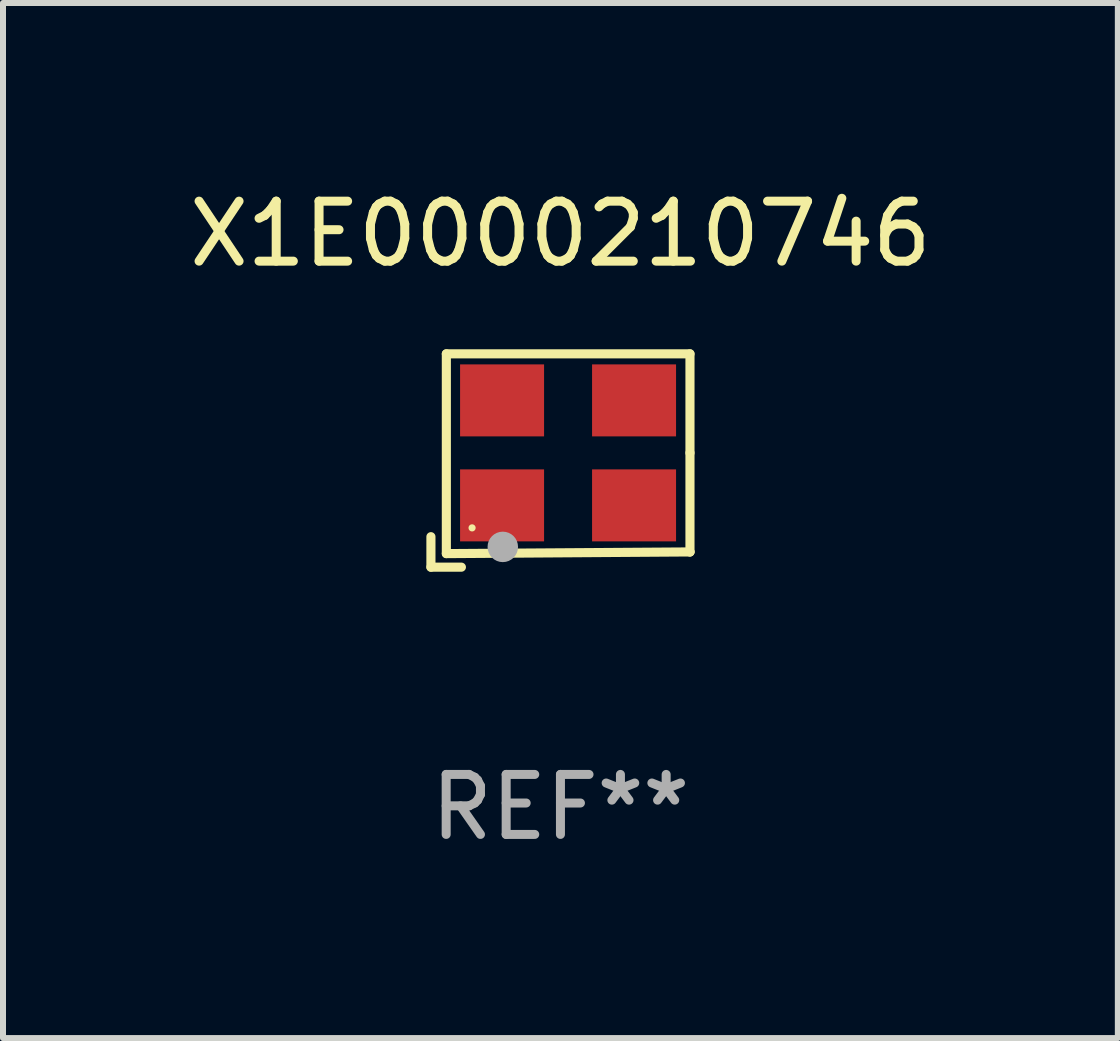
<source format=kicad_pcb>
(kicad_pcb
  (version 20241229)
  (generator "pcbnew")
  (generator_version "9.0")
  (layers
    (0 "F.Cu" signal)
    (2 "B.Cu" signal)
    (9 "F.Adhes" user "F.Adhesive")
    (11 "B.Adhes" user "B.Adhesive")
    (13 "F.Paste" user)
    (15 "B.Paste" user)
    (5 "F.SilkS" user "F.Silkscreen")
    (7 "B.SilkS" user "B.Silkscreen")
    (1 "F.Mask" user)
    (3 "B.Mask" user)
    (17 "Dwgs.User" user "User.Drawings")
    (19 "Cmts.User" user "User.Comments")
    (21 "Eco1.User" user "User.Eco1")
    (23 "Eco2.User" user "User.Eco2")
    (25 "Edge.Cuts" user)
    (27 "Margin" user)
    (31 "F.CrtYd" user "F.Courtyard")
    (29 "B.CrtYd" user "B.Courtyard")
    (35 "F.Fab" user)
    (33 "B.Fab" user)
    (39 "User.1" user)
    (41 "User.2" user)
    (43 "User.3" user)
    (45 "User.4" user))
  (footprint "X1E0000210746"
    (layer "F.Cu")
    (at 6.292 4.626)
    (property "Reference" "X1E0000210746" (at 0 -3.778 0) (layer "F.SilkS") (effects (font (size 1 1) (thickness 0.15))))
    (attr through_hole)
    (fp_line (start -2.159 1.27) (end -2.159 1.778) (stroke (width 0.152) (type solid)) (layer "F.SilkS"))
    (fp_line (start -2.159 1.778) (end -1.651 1.778) (stroke (width 0.152) (type solid)) (layer "F.SilkS"))
    (fp_line (start -1.902 -1.778) (end 2.159 -1.778) (stroke (width 0.152) (type solid)) (layer "F.SilkS"))
    (fp_line (start -1.902 1.552) (end -1.902 -1.778) (stroke (width 0.152) (type solid)) (layer "F.SilkS"))
    (fp_line (start 2.159 -1.778) (end 2.159 -0.127) (stroke (width 0.152) (type solid)) (layer "F.SilkS"))
    (fp_line (start 2.159 -0.127) (end 2.159 1.524) (stroke (width 0.152) (type solid)) (layer "F.SilkS"))
    (fp_line (start 2.159 1.524) (end -1.902 1.552) (stroke (width 0.152) (type solid)) (layer "F.SilkS"))
    (fp_line (start 2.159 1.524) (end 2.159 1.524) (stroke (width 0.152) (type solid)) (layer "F.SilkS"))
    (fp_circle (center -1.473 1.123) (end -1.443 1.123) (stroke (width 0.06) (type solid)) (fill no) (layer "F.SilkS"))
    (fp_circle (center -0.961 1.44) (end -0.834 1.44) (stroke (width 0.254) (type solid)) (fill no) (layer "F.Fab"))
    (fp_text user "REF**" (at 0 5.778 0) (layer "F.Fab") (effects (font (size 1 1) (thickness 0.15))))
    (pad "1" smd rect (at -0.973 0.748) (size 1.4 1.2) (layers "F.Cu" "F.Mask" "F.Paste"))
    (pad "2" smd rect (at 1.227 0.748) (size 1.4 1.2) (layers "F.Cu" "F.Mask" "F.Paste"))
    (pad "3" smd rect (at 1.227 -1.002) (size 1.4 1.2) (layers "F.Cu" "F.Mask" "F.Paste"))
    (pad "4" smd rect (at -0.973 -1.002) (size 1.4 1.2) (layers "F.Cu" "F.Mask" "F.Paste")))
  (gr_rect
    (start -3 -3)
    (end 15.583 14.253)
    (stroke (width 0.1) (type default))
    (fill no)
    (layer "Edge.Cuts")))
</source>
